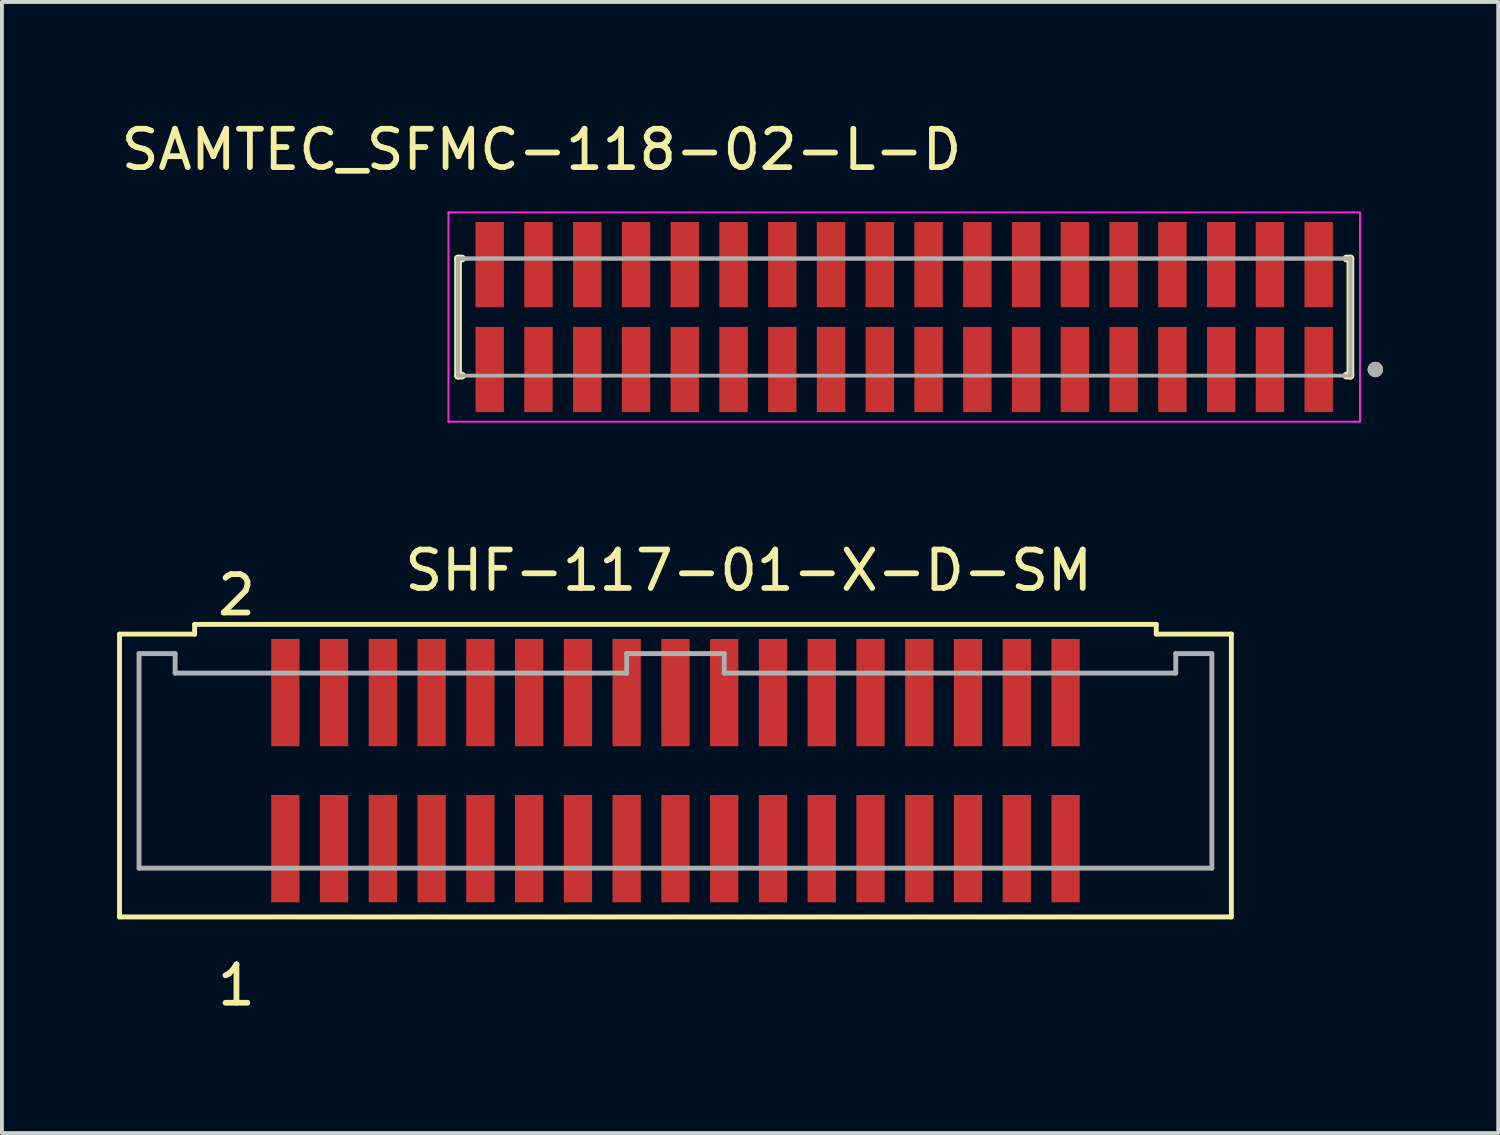
<source format=kicad_pcb>
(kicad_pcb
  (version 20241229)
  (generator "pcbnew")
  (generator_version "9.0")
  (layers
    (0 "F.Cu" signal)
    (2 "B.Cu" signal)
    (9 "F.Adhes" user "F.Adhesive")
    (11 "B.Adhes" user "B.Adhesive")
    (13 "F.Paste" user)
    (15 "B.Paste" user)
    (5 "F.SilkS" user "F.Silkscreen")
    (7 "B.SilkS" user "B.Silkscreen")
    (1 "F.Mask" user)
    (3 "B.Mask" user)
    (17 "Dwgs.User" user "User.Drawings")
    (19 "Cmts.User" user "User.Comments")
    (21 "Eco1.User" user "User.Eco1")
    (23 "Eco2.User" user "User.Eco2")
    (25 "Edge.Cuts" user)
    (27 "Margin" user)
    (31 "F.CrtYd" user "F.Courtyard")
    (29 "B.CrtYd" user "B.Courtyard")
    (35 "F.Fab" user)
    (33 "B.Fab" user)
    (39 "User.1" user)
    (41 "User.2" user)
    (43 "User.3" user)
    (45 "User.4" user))
  (footprint "SAMTEC_SFMC-118-02-L-D"
    (layer "F.Cu")
    (at 20.499 5.208)
    (property "Reference" "SAMTEC_SFMC-118-02-L-D" (at -9.445 -4.36 0) (layer "F.SilkS") (effects (font (size 1 1) (thickness 0.15))))
    (attr smd)
    (fp_line (start -11.62 -1.525) (end -11.515 -1.525) (stroke (width 0.2) (type solid)) (layer "F.SilkS"))
    (fp_line (start -11.62 1.525) (end -11.62 -1.525) (stroke (width 0.2) (type solid)) (layer "F.SilkS"))
    (fp_line (start -11.515 1.525) (end -11.62 1.525) (stroke (width 0.2) (type solid)) (layer "F.SilkS"))
    (fp_line (start 11.515 -1.525) (end 11.62 -1.525) (stroke (width 0.2) (type solid)) (layer "F.SilkS"))
    (fp_line (start 11.515 1.525) (end 11.62 1.525) (stroke (width 0.2) (type solid)) (layer "F.SilkS"))
    (fp_line (start 11.62 -1.525) (end 11.62 1.525) (stroke (width 0.2) (type solid)) (layer "F.SilkS"))
    (fp_circle (center 12.27 1.365) (end 12.37 1.365) (stroke (width 0.2) (type solid)) (fill no) (layer "F.SilkS"))
    (fp_line (start -11.87 -2.725) (end 11.87 -2.725) (stroke (width 0.05) (type solid)) (layer "F.CrtYd"))
    (fp_line (start -11.87 2.725) (end -11.87 -2.725) (stroke (width 0.05) (type solid)) (layer "F.CrtYd"))
    (fp_line (start 11.87 -2.725) (end 11.87 2.725) (stroke (width 0.05) (type solid)) (layer "F.CrtYd"))
    (fp_line (start 11.87 2.725) (end -11.87 2.725) (stroke (width 0.05) (type solid)) (layer "F.CrtYd"))
    (fp_line (start -11.62 -1.525) (end 11.62 -1.525) (stroke (width 0.1) (type solid)) (layer "F.Fab"))
    (fp_line (start -11.62 -1.525) (end 11.62 -1.525) (stroke (width 0.1) (type solid)) (layer "F.Fab"))
    (fp_line (start -11.62 1.525) (end -11.62 -1.525) (stroke (width 0.1) (type solid)) (layer "F.Fab"))
    (fp_line (start -11.62 1.525) (end -11.62 -1.525) (stroke (width 0.1) (type solid)) (layer "F.Fab"))
    (fp_line (start 11.62 -1.525) (end 11.62 1.525) (stroke (width 0.1) (type solid)) (layer "F.Fab"))
    (fp_line (start 11.62 -1.525) (end 11.62 1.525) (stroke (width 0.1) (type solid)) (layer "F.Fab"))
    (fp_line (start 11.62 1.525) (end -11.62 1.525) (stroke (width 0.1) (type solid)) (layer "F.Fab"))
    (fp_circle (center 12.27 1.365) (end 12.37 1.365) (stroke (width 0.2) (type solid)) (fill no) (layer "F.Fab"))
    (pad "1" smd rect (at 10.795 1.365) (size 0.74 2.22) (layers "F.Cu" "F.Mask" "F.Paste"))
    (pad "2" smd rect (at 10.795 -1.365) (size 0.74 2.22) (layers "F.Cu" "F.Mask" "F.Paste"))
    (pad "3" smd rect (at 9.525 1.365) (size 0.74 2.22) (layers "F.Cu" "F.Mask" "F.Paste"))
    (pad "4" smd rect (at 9.525 -1.365) (size 0.74 2.22) (layers "F.Cu" "F.Mask" "F.Paste"))
    (pad "5" smd rect (at 8.255 1.365) (size 0.74 2.22) (layers "F.Cu" "F.Mask" "F.Paste"))
    (pad "6" smd rect (at 8.255 -1.365) (size 0.74 2.22) (layers "F.Cu" "F.Mask" "F.Paste"))
    (pad "7" smd rect (at 6.985 1.365) (size 0.74 2.22) (layers "F.Cu" "F.Mask" "F.Paste"))
    (pad "8" smd rect (at 6.985 -1.365) (size 0.74 2.22) (layers "F.Cu" "F.Mask" "F.Paste"))
    (pad "9" smd rect (at 5.715 1.365) (size 0.74 2.22) (layers "F.Cu" "F.Mask" "F.Paste"))
    (pad "10" smd rect (at 5.715 -1.365) (size 0.74 2.22) (layers "F.Cu" "F.Mask" "F.Paste"))
    (pad "11" smd rect (at 4.445 1.365) (size 0.74 2.22) (layers "F.Cu" "F.Mask" "F.Paste"))
    (pad "12" smd rect (at 4.445 -1.365) (size 0.74 2.22) (layers "F.Cu" "F.Mask" "F.Paste"))
    (pad "13" smd rect (at 3.175 1.365) (size 0.74 2.22) (layers "F.Cu" "F.Mask" "F.Paste"))
    (pad "14" smd rect (at 3.175 -1.365) (size 0.74 2.22) (layers "F.Cu" "F.Mask" "F.Paste"))
    (pad "15" smd rect (at 1.905 1.365) (size 0.74 2.22) (layers "F.Cu" "F.Mask" "F.Paste"))
    (pad "16" smd rect (at 1.905 -1.365) (size 0.74 2.22) (layers "F.Cu" "F.Mask" "F.Paste"))
    (pad "17" smd rect (at 0.635 1.365) (size 0.74 2.22) (layers "F.Cu" "F.Mask" "F.Paste"))
    (pad "18" smd rect (at 0.635 -1.365) (size 0.74 2.22) (layers "F.Cu" "F.Mask" "F.Paste"))
    (pad "19" smd rect (at -0.635 1.365) (size 0.74 2.22) (layers "F.Cu" "F.Mask" "F.Paste"))
    (pad "20" smd rect (at -0.635 -1.365) (size 0.74 2.22) (layers "F.Cu" "F.Mask" "F.Paste"))
    (pad "21" smd rect (at -1.905 1.365) (size 0.74 2.22) (layers "F.Cu" "F.Mask" "F.Paste"))
    (pad "22" smd rect (at -1.905 -1.365) (size 0.74 2.22) (layers "F.Cu" "F.Mask" "F.Paste"))
    (pad "23" smd rect (at -3.175 1.365) (size 0.74 2.22) (layers "F.Cu" "F.Mask" "F.Paste"))
    (pad "24" smd rect (at -3.175 -1.365) (size 0.74 2.22) (layers "F.Cu" "F.Mask" "F.Paste"))
    (pad "25" smd rect (at -4.445 1.365) (size 0.74 2.22) (layers "F.Cu" "F.Mask" "F.Paste"))
    (pad "26" smd rect (at -4.445 -1.365) (size 0.74 2.22) (layers "F.Cu" "F.Mask" "F.Paste"))
    (pad "27" smd rect (at -5.715 1.365) (size 0.74 2.22) (layers "F.Cu" "F.Mask" "F.Paste"))
    (pad "28" smd rect (at -5.715 -1.365) (size 0.74 2.22) (layers "F.Cu" "F.Mask" "F.Paste"))
    (pad "29" smd rect (at -6.985 1.365) (size 0.74 2.22) (layers "F.Cu" "F.Mask" "F.Paste"))
    (pad "30" smd rect (at -6.985 -1.365) (size 0.74 2.22) (layers "F.Cu" "F.Mask" "F.Paste"))
    (pad "31" smd rect (at -8.255 1.365) (size 0.74 2.22) (layers "F.Cu" "F.Mask" "F.Paste"))
    (pad "32" smd rect (at -8.255 -1.365) (size 0.74 2.22) (layers "F.Cu" "F.Mask" "F.Paste"))
    (pad "33" smd rect (at -9.525 1.365) (size 0.74 2.22) (layers "F.Cu" "F.Mask" "F.Paste"))
    (pad "34" smd rect (at -9.525 -1.365) (size 0.74 2.22) (layers "F.Cu" "F.Mask" "F.Paste"))
    (pad "35" smd rect (at -10.795 1.365) (size 0.74 2.22) (layers "F.Cu" "F.Mask" "F.Paste"))
    (pad "36" smd rect (at -10.795 -1.365) (size 0.74 2.22) (layers "F.Cu" "F.Mask" "F.Paste")))
  (footprint "SHF-117-01-X-D-SM"
    (layer "F.Cu")
    (at 14.541 17.02)
    (property "Reference" "SHF-117-01-X-D-SM" (at 1.907 -5.213 0) (layer "F.SilkS") (effects (font (size 1.001 1.001) (thickness 0.15))))
    (attr smd)
    (fp_line (start -14.478 -3.556) (end -12.522 -3.556) (stroke (width 0.127) (type solid)) (layer "F.SilkS"))
    (fp_line (start -14.478 3.81) (end -14.478 -3.556) (stroke (width 0.127) (type solid)) (layer "F.SilkS"))
    (fp_line (start -12.522 -3.81) (end 12.522 -3.81) (stroke (width 0.127) (type solid)) (layer "F.SilkS"))
    (fp_line (start -12.522 -3.556) (end -12.522 -3.81) (stroke (width 0.127) (type solid)) (layer "F.SilkS"))
    (fp_line (start 12.522 -3.81) (end 12.522 -3.556) (stroke (width 0.127) (type solid)) (layer "F.SilkS"))
    (fp_line (start 12.522 -3.556) (end 14.478 -3.556) (stroke (width 0.127) (type solid)) (layer "F.SilkS"))
    (fp_line (start 14.478 -3.556) (end 14.478 3.81) (stroke (width 0.127) (type solid)) (layer "F.SilkS"))
    (fp_line (start 14.478 3.81) (end -14.478 3.81) (stroke (width 0.127) (type solid)) (layer "F.SilkS"))
    (fp_line (start -13.97 -3.048) (end -13.03 -3.048) (stroke (width 0.127) (type solid)) (layer "F.Fab"))
    (fp_line (start -13.97 2.54) (end -13.97 -3.048) (stroke (width 0.127) (type solid)) (layer "F.Fab"))
    (fp_line (start -13.03 -3.048) (end -13.03 -2.54) (stroke (width 0.127) (type solid)) (layer "F.Fab"))
    (fp_line (start -13.03 -2.54) (end -1.27 -2.54) (stroke (width 0.127) (type solid)) (layer "F.Fab"))
    (fp_line (start -1.27 -3.048) (end 1.27 -3.048) (stroke (width 0.127) (type solid)) (layer "F.Fab"))
    (fp_line (start -1.27 -2.54) (end -1.27 -3.048) (stroke (width 0.127) (type solid)) (layer "F.Fab"))
    (fp_line (start 1.27 -3.048) (end 1.27 -2.54) (stroke (width 0.127) (type solid)) (layer "F.Fab"))
    (fp_line (start 1.27 -2.54) (end 13.03 -2.54) (stroke (width 0.127) (type solid)) (layer "F.Fab"))
    (fp_line (start 13.03 -3.048) (end 13.97 -3.048) (stroke (width 0.127) (type solid)) (layer "F.Fab"))
    (fp_line (start 13.03 -2.54) (end 13.03 -3.048) (stroke (width 0.127) (type solid)) (layer "F.Fab"))
    (fp_line (start 13.97 -3.048) (end 13.97 2.54) (stroke (width 0.127) (type solid)) (layer "F.Fab"))
    (fp_line (start 13.97 2.54) (end -13.97 2.54) (stroke (width 0.127) (type solid)) (layer "F.Fab"))
    (fp_text user "2" (at -11.432 -4.573 0) (layer "F.SilkS") (effects (font (size 1 1) (thickness 0.15))))
    (fp_text user "1" (at -11.433 5.59 0) (layer "F.SilkS") (effects (font (size 1 1) (thickness 0.15))))
    (pad "1" smd rect (at -10.16 2.032) (size 0.737 2.794) (layers "F.Cu" "F.Mask" "F.Paste"))
    (pad "2" smd rect (at -10.16 -2.032) (size 0.737 2.794) (layers "F.Cu" "F.Mask" "F.Paste"))
    (pad "3" smd rect (at -8.89 2.032) (size 0.737 2.794) (layers "F.Cu" "F.Mask" "F.Paste"))
    (pad "4" smd rect (at -8.89 -2.032) (size 0.737 2.794) (layers "F.Cu" "F.Mask" "F.Paste"))
    (pad "5" smd rect (at -7.62 2.032) (size 0.737 2.794) (layers "F.Cu" "F.Mask" "F.Paste"))
    (pad "6" smd rect (at -7.62 -2.032) (size 0.737 2.794) (layers "F.Cu" "F.Mask" "F.Paste"))
    (pad "7" smd rect (at -6.35 2.032) (size 0.737 2.794) (layers "F.Cu" "F.Mask" "F.Paste"))
    (pad "8" smd rect (at -6.35 -2.032) (size 0.737 2.794) (layers "F.Cu" "F.Mask" "F.Paste"))
    (pad "9" smd rect (at -5.08 2.032) (size 0.737 2.794) (layers "F.Cu" "F.Mask" "F.Paste"))
    (pad "10" smd rect (at -5.08 -2.032) (size 0.737 2.794) (layers "F.Cu" "F.Mask" "F.Paste"))
    (pad "11" smd rect (at -3.81 2.032) (size 0.737 2.794) (layers "F.Cu" "F.Mask" "F.Paste"))
    (pad "12" smd rect (at -3.81 -2.032) (size 0.737 2.794) (layers "F.Cu" "F.Mask" "F.Paste"))
    (pad "13" smd rect (at -2.54 2.032) (size 0.737 2.794) (layers "F.Cu" "F.Mask" "F.Paste"))
    (pad "14" smd rect (at -2.54 -2.032) (size 0.737 2.794) (layers "F.Cu" "F.Mask" "F.Paste"))
    (pad "15" smd rect (at -1.27 2.032) (size 0.737 2.794) (layers "F.Cu" "F.Mask" "F.Paste"))
    (pad "16" smd rect (at -1.27 -2.032) (size 0.737 2.794) (layers "F.Cu" "F.Mask" "F.Paste"))
    (pad "17" smd rect (at 0 2.032) (size 0.737 2.794) (layers "F.Cu" "F.Mask" "F.Paste"))
    (pad "18" smd rect (at 0 -2.032) (size 0.737 2.794) (layers "F.Cu" "F.Mask" "F.Paste"))
    (pad "19" smd rect (at 1.27 2.032) (size 0.737 2.794) (layers "F.Cu" "F.Mask" "F.Paste"))
    (pad "20" smd rect (at 1.27 -2.032) (size 0.737 2.794) (layers "F.Cu" "F.Mask" "F.Paste"))
    (pad "21" smd rect (at 2.54 2.032) (size 0.737 2.794) (layers "F.Cu" "F.Mask" "F.Paste"))
    (pad "22" smd rect (at 2.54 -2.032) (size 0.737 2.794) (layers "F.Cu" "F.Mask" "F.Paste"))
    (pad "23" smd rect (at 3.81 2.032) (size 0.737 2.794) (layers "F.Cu" "F.Mask" "F.Paste"))
    (pad "24" smd rect (at 3.81 -2.032) (size 0.737 2.794) (layers "F.Cu" "F.Mask" "F.Paste"))
    (pad "25" smd rect (at 5.08 2.032) (size 0.737 2.794) (layers "F.Cu" "F.Mask" "F.Paste"))
    (pad "26" smd rect (at 5.08 -2.032) (size 0.737 2.794) (layers "F.Cu" "F.Mask" "F.Paste"))
    (pad "27" smd rect (at 6.35 2.032) (size 0.737 2.794) (layers "F.Cu" "F.Mask" "F.Paste"))
    (pad "28" smd rect (at 6.35 -2.032) (size 0.737 2.794) (layers "F.Cu" "F.Mask" "F.Paste"))
    (pad "29" smd rect (at 7.62 2.032) (size 0.737 2.794) (layers "F.Cu" "F.Mask" "F.Paste"))
    (pad "30" smd rect (at 7.62 -2.032) (size 0.737 2.794) (layers "F.Cu" "F.Mask" "F.Paste"))
    (pad "31" smd rect (at 8.89 2.032) (size 0.737 2.794) (layers "F.Cu" "F.Mask" "F.Paste"))
    (pad "32" smd rect (at 8.89 -2.032) (size 0.737 2.794) (layers "F.Cu" "F.Mask" "F.Paste"))
    (pad "33" smd rect (at 10.16 2.032) (size 0.737 2.794) (layers "F.Cu" "F.Mask" "F.Paste"))
    (pad "34" smd rect (at 10.16 -2.032) (size 0.737 2.794) (layers "F.Cu" "F.Mask" "F.Paste")))
  (gr_rect
    (start -3 -3)
    (end 35.969 26.458)
    (stroke (width 0.1) (type default))
    (fill no)
    (layer "Edge.Cuts")))
</source>
